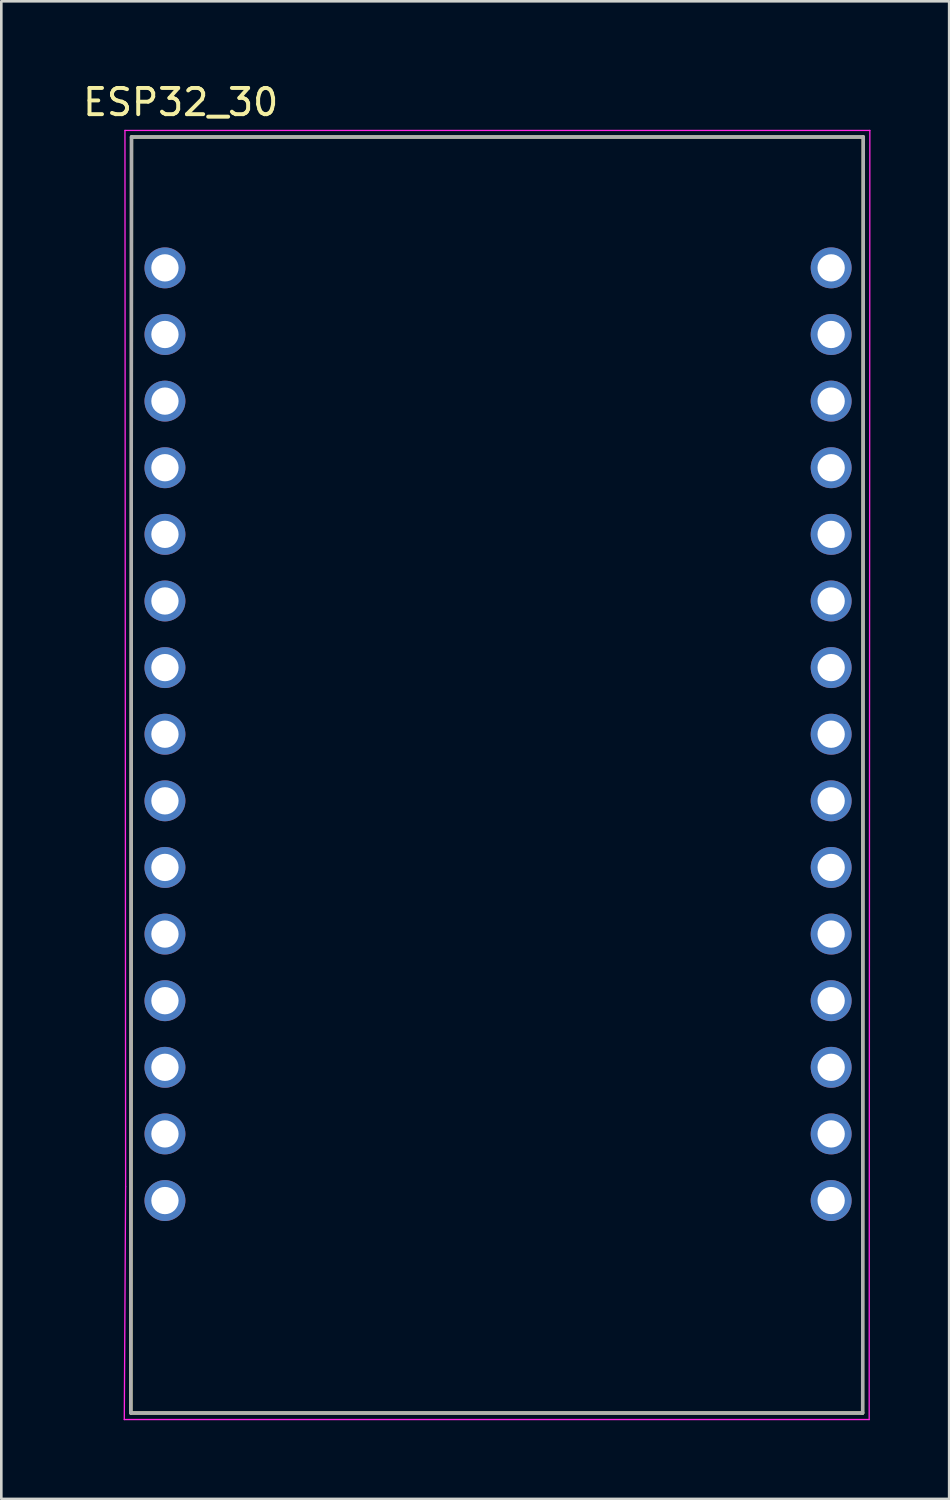
<source format=kicad_pcb>
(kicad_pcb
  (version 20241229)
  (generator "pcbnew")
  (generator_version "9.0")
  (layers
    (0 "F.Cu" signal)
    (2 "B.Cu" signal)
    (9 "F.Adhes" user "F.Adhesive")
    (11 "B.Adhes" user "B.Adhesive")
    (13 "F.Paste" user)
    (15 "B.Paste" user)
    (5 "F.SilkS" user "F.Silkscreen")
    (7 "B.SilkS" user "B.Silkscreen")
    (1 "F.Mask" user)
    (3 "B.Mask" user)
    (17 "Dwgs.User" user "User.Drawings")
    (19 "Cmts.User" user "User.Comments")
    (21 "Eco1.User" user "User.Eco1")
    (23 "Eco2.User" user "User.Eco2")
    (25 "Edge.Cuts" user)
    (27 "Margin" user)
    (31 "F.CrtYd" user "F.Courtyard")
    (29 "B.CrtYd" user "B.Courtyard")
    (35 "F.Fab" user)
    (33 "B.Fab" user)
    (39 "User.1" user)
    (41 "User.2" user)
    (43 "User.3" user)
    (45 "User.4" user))
  (footprint "ESP32_30"
    (layer "F.Cu")
    (at 15.939 26.923)
    (property "Reference" "ESP32_30" (at -12.1 -26.075 0) (layer "F.SilkS") (effects (font (size 1 1) (thickness 0.15))))
    (attr through_hole)
    (fp_line (start -13.975 -24.75) (end -14 23.9) (stroke (width 0.127) (type solid)) (layer "F.SilkS"))
    (fp_line (start -13.975 -24.75) (end 13.925 -24.75) (stroke (width 0.127) (type solid)) (layer "F.SilkS"))
    (fp_line (start 13.9 23.9) (end -14 23.9) (stroke (width 0.127) (type solid)) (layer "F.SilkS"))
    (fp_line (start 13.9 23.9) (end 13.925 -24.75) (stroke (width 0.127) (type solid)) (layer "F.SilkS"))
    (fp_line (start -14.225 -25) (end 14.175 -25) (stroke (width 0.05) (type solid)) (layer "F.CrtYd"))
    (fp_line (start -14.2 15.275) (end -14.25 24.15) (stroke (width 0.05) (type solid)) (layer "F.CrtYd"))
    (fp_line (start -14.2 15.275) (end -14.225 -25) (stroke (width 0.05) (type solid)) (layer "F.CrtYd"))
    (fp_line (start 14.15 24.15) (end -14.25 24.15) (stroke (width 0.05) (type solid)) (layer "F.CrtYd"))
    (fp_line (start 14.15 24.15) (end 14.175 -25) (stroke (width 0.05) (type solid)) (layer "F.CrtYd"))
    (fp_line (start -14 23.9) (end -13.975 -24.75) (stroke (width 0.127) (type solid)) (layer "F.Fab"))
    (fp_line (start -13.975 -24.75) (end 13.925 -24.75) (stroke (width 0.127) (type solid)) (layer "F.Fab"))
    (fp_line (start 13.9 23.9) (end -14 23.9) (stroke (width 0.127) (type solid)) (layer "F.Fab"))
    (fp_line (start 13.9 23.9) (end 13.925 -24.75) (stroke (width 0.127) (type solid)) (layer "F.Fab"))
    (pad "1" thru_hole circle (at -12.7 -19.76) (size 1.56 1.56) (drill 1.04) (layers "*.Cu" "*.Mask"))
    (pad "2" thru_hole circle (at -12.7 -17.22) (size 1.56 1.56) (drill 1.04) (layers "*.Cu" "*.Mask"))
    (pad "3" thru_hole circle (at -12.7 -14.68) (size 1.56 1.56) (drill 1.04) (layers "*.Cu" "*.Mask"))
    (pad "4" thru_hole circle (at -12.7 -12.14) (size 1.56 1.56) (drill 1.04) (layers "*.Cu" "*.Mask"))
    (pad "5" thru_hole circle (at -12.7 -9.6) (size 1.56 1.56) (drill 1.04) (layers "*.Cu" "*.Mask"))
    (pad "6" thru_hole circle (at -12.7 -7.06) (size 1.56 1.56) (drill 1.04) (layers "*.Cu" "*.Mask"))
    (pad "7" thru_hole circle (at -12.7 -4.52) (size 1.56 1.56) (drill 1.04) (layers "*.Cu" "*.Mask"))
    (pad "8" thru_hole circle (at -12.7 -1.98) (size 1.56 1.56) (drill 1.04) (layers "*.Cu" "*.Mask"))
    (pad "9" thru_hole circle (at -12.7 0.56) (size 1.56 1.56) (drill 1.04) (layers "*.Cu" "*.Mask"))
    (pad "10" thru_hole circle (at -12.7 3.1) (size 1.56 1.56) (drill 1.04) (layers "*.Cu" "*.Mask"))
    (pad "11" thru_hole circle (at -12.7 5.64) (size 1.56 1.56) (drill 1.04) (layers "*.Cu" "*.Mask"))
    (pad "12" thru_hole circle (at -12.7 8.18) (size 1.56 1.56) (drill 1.04) (layers "*.Cu" "*.Mask"))
    (pad "13" thru_hole circle (at -12.7 10.72) (size 1.56 1.56) (drill 1.04) (layers "*.Cu" "*.Mask"))
    (pad "14" thru_hole circle (at -12.7 13.26) (size 1.56 1.56) (drill 1.04) (layers "*.Cu" "*.Mask"))
    (pad "15" thru_hole circle (at -12.7 15.8) (size 1.56 1.56) (drill 1.04) (layers "*.Cu" "*.Mask"))
    (pad "16" thru_hole circle (at 12.7 -19.76) (size 1.56 1.56) (drill 1.04) (layers "*.Cu" "*.Mask"))
    (pad "17" thru_hole circle (at 12.7 -17.22) (size 1.56 1.56) (drill 1.04) (layers "*.Cu" "*.Mask"))
    (pad "18" thru_hole circle (at 12.7 -14.68) (size 1.56 1.56) (drill 1.04) (layers "*.Cu" "*.Mask"))
    (pad "19" thru_hole circle (at 12.7 -12.14) (size 1.56 1.56) (drill 1.04) (layers "*.Cu" "*.Mask"))
    (pad "20" thru_hole circle (at 12.7 -9.6) (size 1.56 1.56) (drill 1.04) (layers "*.Cu" "*.Mask"))
    (pad "21" thru_hole circle (at 12.7 -7.06) (size 1.56 1.56) (drill 1.04) (layers "*.Cu" "*.Mask"))
    (pad "22" thru_hole circle (at 12.7 -4.52) (size 1.56 1.56) (drill 1.04) (layers "*.Cu" "*.Mask"))
    (pad "23" thru_hole circle (at 12.7 -1.98) (size 1.56 1.56) (drill 1.04) (layers "*.Cu" "*.Mask"))
    (pad "24" thru_hole circle (at 12.7 0.56) (size 1.56 1.56) (drill 1.04) (layers "*.Cu" "*.Mask"))
    (pad "25" thru_hole circle (at 12.7 3.1) (size 1.56 1.56) (drill 1.04) (layers "*.Cu" "*.Mask"))
    (pad "26" thru_hole circle (at 12.7 5.64) (size 1.56 1.56) (drill 1.04) (layers "*.Cu" "*.Mask"))
    (pad "27" thru_hole circle (at 12.7 8.18) (size 1.56 1.56) (drill 1.04) (layers "*.Cu" "*.Mask"))
    (pad "28" thru_hole circle (at 12.7 10.72) (size 1.56 1.56) (drill 1.04) (layers "*.Cu" "*.Mask"))
    (pad "29" thru_hole circle (at 12.7 13.26) (size 1.56 1.56) (drill 1.04) (layers "*.Cu" "*.Mask"))
    (pad "30" thru_hole circle (at 12.7 15.8) (size 1.56 1.56) (drill 1.04) (layers "*.Cu" "*.Mask")))
  (gr_rect
    (start -3 -3)
    (end 33.139 54.098)
    (stroke (width 0.1) (type default))
    (fill no)
    (layer "Edge.Cuts")))
</source>
